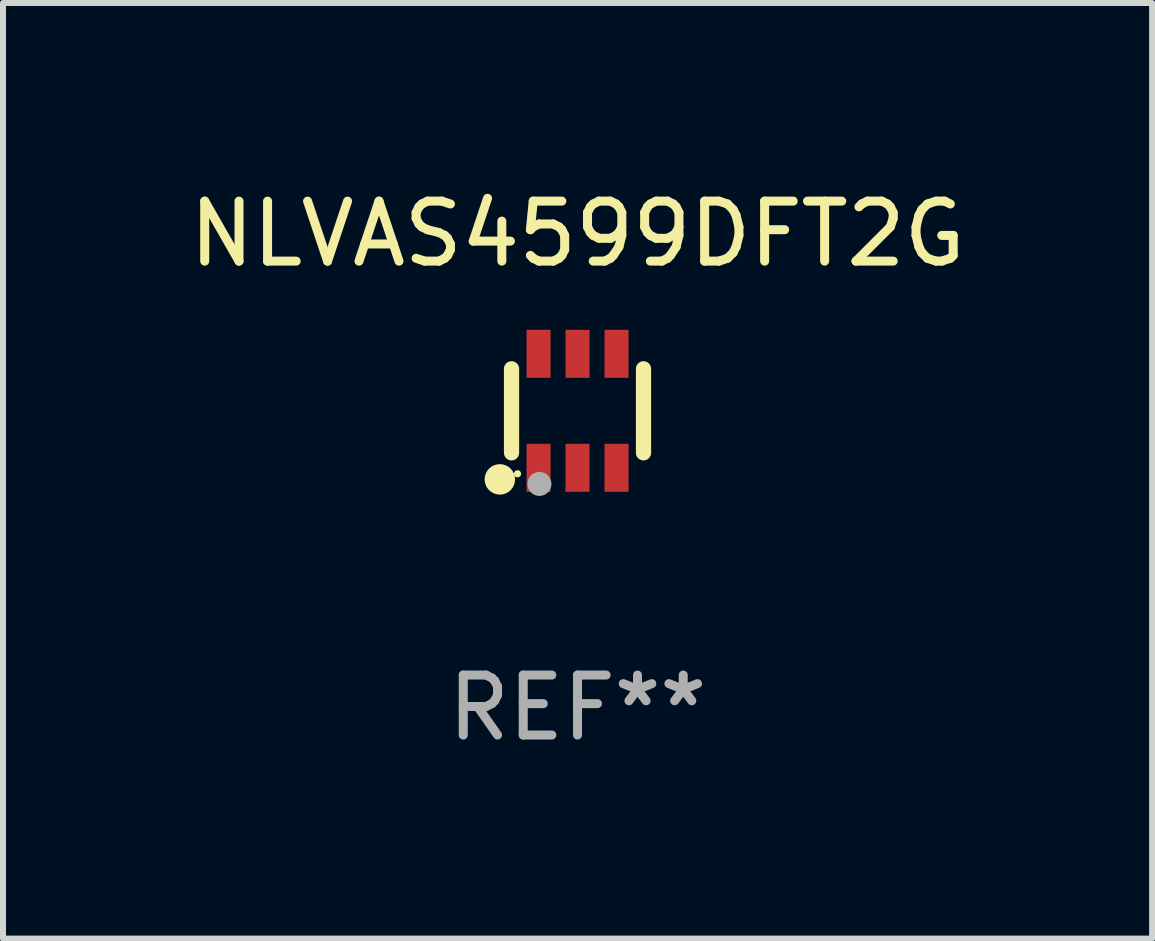
<source format=kicad_pcb>
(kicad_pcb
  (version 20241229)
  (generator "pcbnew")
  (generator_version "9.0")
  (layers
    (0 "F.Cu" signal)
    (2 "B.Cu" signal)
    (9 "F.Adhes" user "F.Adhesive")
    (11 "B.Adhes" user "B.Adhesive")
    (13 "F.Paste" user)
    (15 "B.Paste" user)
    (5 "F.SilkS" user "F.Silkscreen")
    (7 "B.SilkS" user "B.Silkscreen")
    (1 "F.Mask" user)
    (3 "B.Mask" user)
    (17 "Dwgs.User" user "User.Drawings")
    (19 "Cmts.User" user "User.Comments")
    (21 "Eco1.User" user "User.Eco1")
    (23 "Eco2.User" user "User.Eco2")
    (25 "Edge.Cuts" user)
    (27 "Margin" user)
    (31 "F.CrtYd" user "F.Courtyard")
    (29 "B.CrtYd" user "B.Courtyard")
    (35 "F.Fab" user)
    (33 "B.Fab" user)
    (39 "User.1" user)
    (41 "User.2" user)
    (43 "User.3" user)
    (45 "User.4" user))
  (footprint "NLVAS4599DFT2G"
    (layer "F.Cu")
    (at 6.577 3.798)
    (property "Reference" "NLVAS4599DFT2G" (at 0 -2.95 0) (layer "F.SilkS") (effects (font (size 1 1) (thickness 0.15))))
    (attr through_hole)
    (fp_line (start -1.1 -0.7) (end -1.1 0.7) (stroke (width 0.254) (type solid)) (layer "F.SilkS"))
    (fp_line (start 1.1 -0.7) (end 1.1 0.7) (stroke (width 0.254) (type solid)) (layer "F.SilkS"))
    (fp_circle (center -1.295 1.143) (end -1.168 1.143) (stroke (width 0.254) (type solid)) (fill no) (layer "F.SilkS"))
    (fp_circle (center -1 1.05) (end -0.97 1.05) (stroke (width 0.06) (type solid)) (fill no) (layer "F.SilkS"))
    (fp_circle (center -0.635 1.219) (end -0.535 1.219) (stroke (width 0.2) (type solid)) (fill no) (layer "F.Fab"))
    (fp_text user "REF**" (at 0 4.95 0) (layer "F.Fab") (effects (font (size 1 1) (thickness 0.15))))
    (pad "1" smd rect (at -0.65 0.95) (size 0.4 0.8) (layers "F.Cu" "F.Mask" "F.Paste"))
    (pad "2" smd rect (at 0 0.95) (size 0.4 0.8) (layers "F.Cu" "F.Mask" "F.Paste"))
    (pad "3" smd rect (at 0.65 0.95) (size 0.4 0.8) (layers "F.Cu" "F.Mask" "F.Paste"))
    (pad "4" smd rect (at 0.65 -0.95) (size 0.4 0.8) (layers "F.Cu" "F.Mask" "F.Paste"))
    (pad "5" smd rect (at 0 -0.95) (size 0.4 0.8) (layers "F.Cu" "F.Mask" "F.Paste"))
    (pad "6" smd rect (at -0.65 -0.95) (size 0.4 0.8) (layers "F.Cu" "F.Mask" "F.Paste")))
  (gr_rect
    (start -3 -3)
    (end 16.155 12.596)
    (stroke (width 0.1) (type default))
    (fill no)
    (layer "Edge.Cuts")))
</source>
